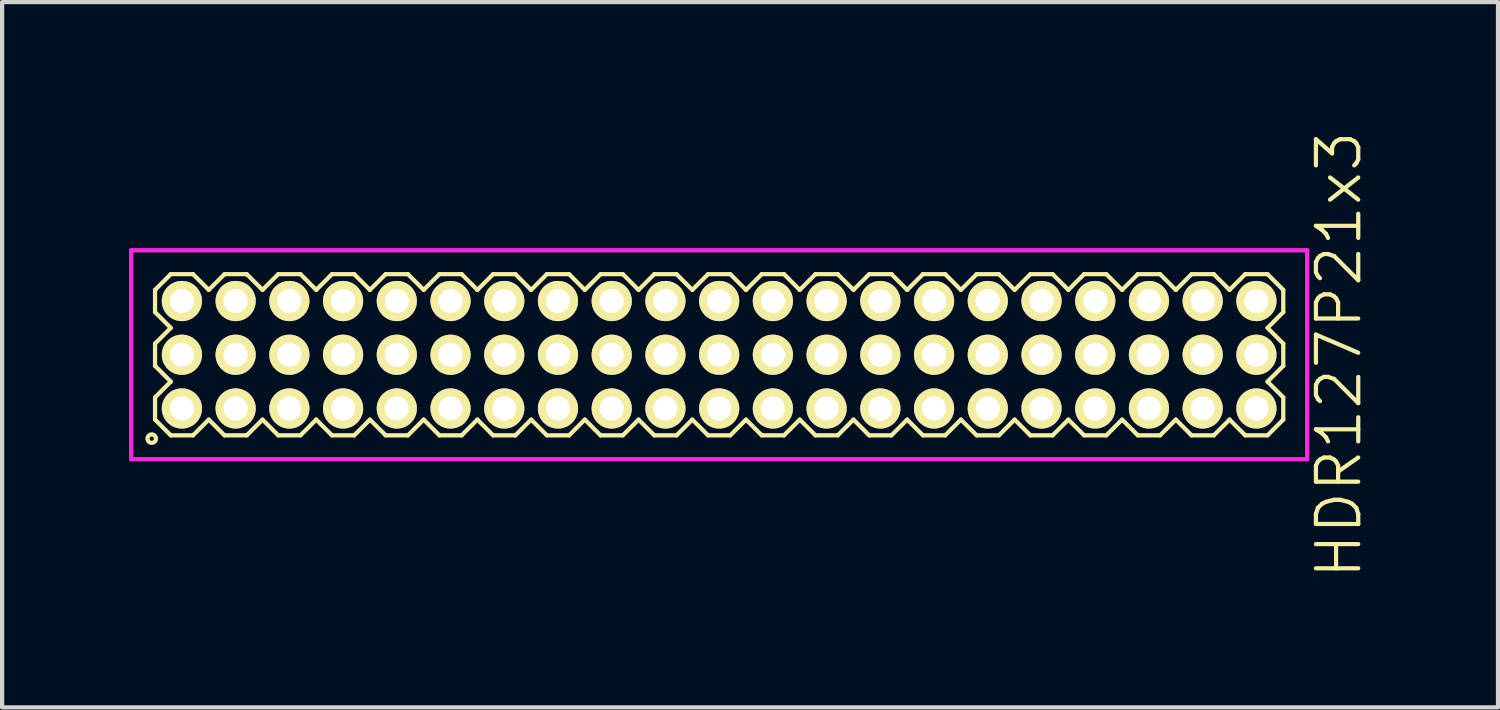
<source format=kicad_pcb>
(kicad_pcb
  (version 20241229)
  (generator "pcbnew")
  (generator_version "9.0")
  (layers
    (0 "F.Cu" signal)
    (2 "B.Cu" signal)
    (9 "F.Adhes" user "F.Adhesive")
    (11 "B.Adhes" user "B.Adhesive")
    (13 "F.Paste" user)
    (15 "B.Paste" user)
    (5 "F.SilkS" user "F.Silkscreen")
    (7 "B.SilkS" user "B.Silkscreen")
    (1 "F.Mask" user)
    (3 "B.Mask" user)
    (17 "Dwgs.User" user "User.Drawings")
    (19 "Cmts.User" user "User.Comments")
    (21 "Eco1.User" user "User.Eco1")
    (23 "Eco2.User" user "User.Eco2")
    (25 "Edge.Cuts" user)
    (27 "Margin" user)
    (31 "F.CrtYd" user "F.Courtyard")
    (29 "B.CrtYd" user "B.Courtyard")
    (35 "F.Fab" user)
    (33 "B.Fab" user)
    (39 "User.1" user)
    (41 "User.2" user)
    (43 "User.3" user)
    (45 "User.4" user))
  (footprint "HDR127P21x3"
    (layer "F.Cu")
    (at 13.95 5.336)
    (property "Reference" "HDR127P21x3" (at 14.65 0 90) (layer "F.SilkS") (effects (font (size 1 1) (thickness 0.1))))
    (attr through_hole)
    (fp_line (start -13.335 -1.533) (end -12.963 -1.905) (stroke (width 0.1) (type solid)) (layer "F.SilkS"))
    (fp_line (start -13.335 -1.007) (end -13.335 -1.533) (stroke (width 0.1) (type solid)) (layer "F.SilkS"))
    (fp_line (start -13.335 -0.263) (end -12.963 -0.635) (stroke (width 0.1) (type solid)) (layer "F.SilkS"))
    (fp_line (start -13.335 0.263) (end -13.335 -0.263) (stroke (width 0.1) (type solid)) (layer "F.SilkS"))
    (fp_line (start -13.335 1.007) (end -12.963 0.635) (stroke (width 0.1) (type solid)) (layer "F.SilkS"))
    (fp_line (start -13.335 1.533) (end -13.335 1.007) (stroke (width 0.1) (type solid)) (layer "F.SilkS"))
    (fp_line (start -12.963 -1.905) (end -12.437 -1.905) (stroke (width 0.1) (type solid)) (layer "F.SilkS"))
    (fp_line (start -12.963 -0.635) (end -13.335 -1.007) (stroke (width 0.1) (type solid)) (layer "F.SilkS"))
    (fp_line (start -12.963 0.635) (end -13.335 0.263) (stroke (width 0.1) (type solid)) (layer "F.SilkS"))
    (fp_line (start -12.963 1.905) (end -13.335 1.533) (stroke (width 0.1) (type solid)) (layer "F.SilkS"))
    (fp_line (start -12.437 -1.905) (end -12.065 -1.533) (stroke (width 0.1) (type solid)) (layer "F.SilkS"))
    (fp_line (start -12.437 1.905) (end -12.963 1.905) (stroke (width 0.1) (type solid)) (layer "F.SilkS"))
    (fp_line (start -12.065 -1.533) (end -11.693 -1.905) (stroke (width 0.1) (type solid)) (layer "F.SilkS"))
    (fp_line (start -12.065 1.533) (end -12.437 1.905) (stroke (width 0.1) (type solid)) (layer "F.SilkS"))
    (fp_line (start -11.693 -1.905) (end -11.167 -1.905) (stroke (width 0.1) (type solid)) (layer "F.SilkS"))
    (fp_line (start -11.693 1.905) (end -12.065 1.533) (stroke (width 0.1) (type solid)) (layer "F.SilkS"))
    (fp_line (start -11.167 -1.905) (end -10.795 -1.533) (stroke (width 0.1) (type solid)) (layer "F.SilkS"))
    (fp_line (start -11.167 1.905) (end -11.693 1.905) (stroke (width 0.1) (type solid)) (layer "F.SilkS"))
    (fp_line (start -10.795 -1.533) (end -10.423 -1.905) (stroke (width 0.1) (type solid)) (layer "F.SilkS"))
    (fp_line (start -10.795 1.533) (end -11.167 1.905) (stroke (width 0.1) (type solid)) (layer "F.SilkS"))
    (fp_line (start -10.423 -1.905) (end -9.897 -1.905) (stroke (width 0.1) (type solid)) (layer "F.SilkS"))
    (fp_line (start -10.423 1.905) (end -10.795 1.533) (stroke (width 0.1) (type solid)) (layer "F.SilkS"))
    (fp_line (start -9.897 -1.905) (end -9.525 -1.533) (stroke (width 0.1) (type solid)) (layer "F.SilkS"))
    (fp_line (start -9.897 1.905) (end -10.423 1.905) (stroke (width 0.1) (type solid)) (layer "F.SilkS"))
    (fp_line (start -9.525 -1.533) (end -9.153 -1.905) (stroke (width 0.1) (type solid)) (layer "F.SilkS"))
    (fp_line (start -9.525 1.533) (end -9.897 1.905) (stroke (width 0.1) (type solid)) (layer "F.SilkS"))
    (fp_line (start -9.153 -1.905) (end -8.627 -1.905) (stroke (width 0.1) (type solid)) (layer "F.SilkS"))
    (fp_line (start -9.153 1.905) (end -9.525 1.533) (stroke (width 0.1) (type solid)) (layer "F.SilkS"))
    (fp_line (start -8.627 -1.905) (end -8.255 -1.533) (stroke (width 0.1) (type solid)) (layer "F.SilkS"))
    (fp_line (start -8.627 1.905) (end -9.153 1.905) (stroke (width 0.1) (type solid)) (layer "F.SilkS"))
    (fp_line (start -8.255 -1.533) (end -7.883 -1.905) (stroke (width 0.1) (type solid)) (layer "F.SilkS"))
    (fp_line (start -8.255 1.533) (end -8.627 1.905) (stroke (width 0.1) (type solid)) (layer "F.SilkS"))
    (fp_line (start -7.883 -1.905) (end -7.357 -1.905) (stroke (width 0.1) (type solid)) (layer "F.SilkS"))
    (fp_line (start -7.883 1.905) (end -8.255 1.533) (stroke (width 0.1) (type solid)) (layer "F.SilkS"))
    (fp_line (start -7.357 -1.905) (end -6.985 -1.533) (stroke (width 0.1) (type solid)) (layer "F.SilkS"))
    (fp_line (start -7.357 1.905) (end -7.883 1.905) (stroke (width 0.1) (type solid)) (layer "F.SilkS"))
    (fp_line (start -6.985 -1.533) (end -6.613 -1.905) (stroke (width 0.1) (type solid)) (layer "F.SilkS"))
    (fp_line (start -6.985 1.533) (end -7.357 1.905) (stroke (width 0.1) (type solid)) (layer "F.SilkS"))
    (fp_line (start -6.613 -1.905) (end -6.087 -1.905) (stroke (width 0.1) (type solid)) (layer "F.SilkS"))
    (fp_line (start -6.613 1.905) (end -6.985 1.533) (stroke (width 0.1) (type solid)) (layer "F.SilkS"))
    (fp_line (start -6.087 -1.905) (end -5.715 -1.533) (stroke (width 0.1) (type solid)) (layer "F.SilkS"))
    (fp_line (start -6.087 1.905) (end -6.613 1.905) (stroke (width 0.1) (type solid)) (layer "F.SilkS"))
    (fp_line (start -5.715 -1.533) (end -5.343 -1.905) (stroke (width 0.1) (type solid)) (layer "F.SilkS"))
    (fp_line (start -5.715 1.533) (end -6.087 1.905) (stroke (width 0.1) (type solid)) (layer "F.SilkS"))
    (fp_line (start -5.343 -1.905) (end -4.817 -1.905) (stroke (width 0.1) (type solid)) (layer "F.SilkS"))
    (fp_line (start -5.343 1.905) (end -5.715 1.533) (stroke (width 0.1) (type solid)) (layer "F.SilkS"))
    (fp_line (start -4.817 -1.905) (end -4.445 -1.533) (stroke (width 0.1) (type solid)) (layer "F.SilkS"))
    (fp_line (start -4.817 1.905) (end -5.343 1.905) (stroke (width 0.1) (type solid)) (layer "F.SilkS"))
    (fp_line (start -4.445 -1.533) (end -4.073 -1.905) (stroke (width 0.1) (type solid)) (layer "F.SilkS"))
    (fp_line (start -4.445 1.533) (end -4.817 1.905) (stroke (width 0.1) (type solid)) (layer "F.SilkS"))
    (fp_line (start -4.073 -1.905) (end -3.547 -1.905) (stroke (width 0.1) (type solid)) (layer "F.SilkS"))
    (fp_line (start -4.073 1.905) (end -4.445 1.533) (stroke (width 0.1) (type solid)) (layer "F.SilkS"))
    (fp_line (start -3.547 -1.905) (end -3.175 -1.533) (stroke (width 0.1) (type solid)) (layer "F.SilkS"))
    (fp_line (start -3.547 1.905) (end -4.073 1.905) (stroke (width 0.1) (type solid)) (layer "F.SilkS"))
    (fp_line (start -3.175 -1.533) (end -2.803 -1.905) (stroke (width 0.1) (type solid)) (layer "F.SilkS"))
    (fp_line (start -3.175 1.533) (end -3.547 1.905) (stroke (width 0.1) (type solid)) (layer "F.SilkS"))
    (fp_line (start -2.803 -1.905) (end -2.277 -1.905) (stroke (width 0.1) (type solid)) (layer "F.SilkS"))
    (fp_line (start -2.803 1.905) (end -3.175 1.533) (stroke (width 0.1) (type solid)) (layer "F.SilkS"))
    (fp_line (start -2.277 -1.905) (end -1.905 -1.533) (stroke (width 0.1) (type solid)) (layer "F.SilkS"))
    (fp_line (start -2.277 1.905) (end -2.803 1.905) (stroke (width 0.1) (type solid)) (layer "F.SilkS"))
    (fp_line (start -1.905 -1.533) (end -1.533 -1.905) (stroke (width 0.1) (type solid)) (layer "F.SilkS"))
    (fp_line (start -1.905 1.533) (end -2.277 1.905) (stroke (width 0.1) (type solid)) (layer "F.SilkS"))
    (fp_line (start -1.533 -1.905) (end -1.007 -1.905) (stroke (width 0.1) (type solid)) (layer "F.SilkS"))
    (fp_line (start -1.533 1.905) (end -1.905 1.533) (stroke (width 0.1) (type solid)) (layer "F.SilkS"))
    (fp_line (start -1.007 -1.905) (end -0.635 -1.533) (stroke (width 0.1) (type solid)) (layer "F.SilkS"))
    (fp_line (start -1.007 1.905) (end -1.533 1.905) (stroke (width 0.1) (type solid)) (layer "F.SilkS"))
    (fp_line (start -0.635 -1.533) (end -0.263 -1.905) (stroke (width 0.1) (type solid)) (layer "F.SilkS"))
    (fp_line (start -0.635 1.533) (end -1.007 1.905) (stroke (width 0.1) (type solid)) (layer "F.SilkS"))
    (fp_line (start -0.263 -1.905) (end 0.263 -1.905) (stroke (width 0.1) (type solid)) (layer "F.SilkS"))
    (fp_line (start -0.263 1.905) (end -0.635 1.533) (stroke (width 0.1) (type solid)) (layer "F.SilkS"))
    (fp_line (start 0.263 -1.905) (end 0.635 -1.533) (stroke (width 0.1) (type solid)) (layer "F.SilkS"))
    (fp_line (start 0.263 1.905) (end -0.263 1.905) (stroke (width 0.1) (type solid)) (layer "F.SilkS"))
    (fp_line (start 0.635 -1.533) (end 1.007 -1.905) (stroke (width 0.1) (type solid)) (layer "F.SilkS"))
    (fp_line (start 0.635 1.533) (end 0.263 1.905) (stroke (width 0.1) (type solid)) (layer "F.SilkS"))
    (fp_line (start 1.007 -1.905) (end 1.533 -1.905) (stroke (width 0.1) (type solid)) (layer "F.SilkS"))
    (fp_line (start 1.007 1.905) (end 0.635 1.533) (stroke (width 0.1) (type solid)) (layer "F.SilkS"))
    (fp_line (start 1.533 -1.905) (end 1.905 -1.533) (stroke (width 0.1) (type solid)) (layer "F.SilkS"))
    (fp_line (start 1.533 1.905) (end 1.007 1.905) (stroke (width 0.1) (type solid)) (layer "F.SilkS"))
    (fp_line (start 1.905 -1.533) (end 2.277 -1.905) (stroke (width 0.1) (type solid)) (layer "F.SilkS"))
    (fp_line (start 1.905 1.533) (end 1.533 1.905) (stroke (width 0.1) (type solid)) (layer "F.SilkS"))
    (fp_line (start 2.277 -1.905) (end 2.803 -1.905) (stroke (width 0.1) (type solid)) (layer "F.SilkS"))
    (fp_line (start 2.277 1.905) (end 1.905 1.533) (stroke (width 0.1) (type solid)) (layer "F.SilkS"))
    (fp_line (start 2.803 -1.905) (end 3.175 -1.533) (stroke (width 0.1) (type solid)) (layer "F.SilkS"))
    (fp_line (start 2.803 1.905) (end 2.277 1.905) (stroke (width 0.1) (type solid)) (layer "F.SilkS"))
    (fp_line (start 3.175 -1.533) (end 3.547 -1.905) (stroke (width 0.1) (type solid)) (layer "F.SilkS"))
    (fp_line (start 3.175 1.533) (end 2.803 1.905) (stroke (width 0.1) (type solid)) (layer "F.SilkS"))
    (fp_line (start 3.547 -1.905) (end 4.073 -1.905) (stroke (width 0.1) (type solid)) (layer "F.SilkS"))
    (fp_line (start 3.547 1.905) (end 3.175 1.533) (stroke (width 0.1) (type solid)) (layer "F.SilkS"))
    (fp_line (start 4.073 -1.905) (end 4.445 -1.533) (stroke (width 0.1) (type solid)) (layer "F.SilkS"))
    (fp_line (start 4.073 1.905) (end 3.547 1.905) (stroke (width 0.1) (type solid)) (layer "F.SilkS"))
    (fp_line (start 4.445 -1.533) (end 4.817 -1.905) (stroke (width 0.1) (type solid)) (layer "F.SilkS"))
    (fp_line (start 4.445 1.533) (end 4.073 1.905) (stroke (width 0.1) (type solid)) (layer "F.SilkS"))
    (fp_line (start 4.817 -1.905) (end 5.343 -1.905) (stroke (width 0.1) (type solid)) (layer "F.SilkS"))
    (fp_line (start 4.817 1.905) (end 4.445 1.533) (stroke (width 0.1) (type solid)) (layer "F.SilkS"))
    (fp_line (start 5.343 -1.905) (end 5.715 -1.533) (stroke (width 0.1) (type solid)) (layer "F.SilkS"))
    (fp_line (start 5.343 1.905) (end 4.817 1.905) (stroke (width 0.1) (type solid)) (layer "F.SilkS"))
    (fp_line (start 5.715 -1.533) (end 6.087 -1.905) (stroke (width 0.1) (type solid)) (layer "F.SilkS"))
    (fp_line (start 5.715 1.533) (end 5.343 1.905) (stroke (width 0.1) (type solid)) (layer "F.SilkS"))
    (fp_line (start 6.087 -1.905) (end 6.613 -1.905) (stroke (width 0.1) (type solid)) (layer "F.SilkS"))
    (fp_line (start 6.087 1.905) (end 5.715 1.533) (stroke (width 0.1) (type solid)) (layer "F.SilkS"))
    (fp_line (start 6.613 -1.905) (end 6.985 -1.533) (stroke (width 0.1) (type solid)) (layer "F.SilkS"))
    (fp_line (start 6.613 1.905) (end 6.087 1.905) (stroke (width 0.1) (type solid)) (layer "F.SilkS"))
    (fp_line (start 6.985 -1.533) (end 7.357 -1.905) (stroke (width 0.1) (type solid)) (layer "F.SilkS"))
    (fp_line (start 6.985 1.533) (end 6.613 1.905) (stroke (width 0.1) (type solid)) (layer "F.SilkS"))
    (fp_line (start 7.357 -1.905) (end 7.883 -1.905) (stroke (width 0.1) (type solid)) (layer "F.SilkS"))
    (fp_line (start 7.357 1.905) (end 6.985 1.533) (stroke (width 0.1) (type solid)) (layer "F.SilkS"))
    (fp_line (start 7.883 -1.905) (end 8.255 -1.533) (stroke (width 0.1) (type solid)) (layer "F.SilkS"))
    (fp_line (start 7.883 1.905) (end 7.357 1.905) (stroke (width 0.1) (type solid)) (layer "F.SilkS"))
    (fp_line (start 8.255 -1.533) (end 8.627 -1.905) (stroke (width 0.1) (type solid)) (layer "F.SilkS"))
    (fp_line (start 8.255 1.533) (end 7.883 1.905) (stroke (width 0.1) (type solid)) (layer "F.SilkS"))
    (fp_line (start 8.627 -1.905) (end 9.153 -1.905) (stroke (width 0.1) (type solid)) (layer "F.SilkS"))
    (fp_line (start 8.627 1.905) (end 8.255 1.533) (stroke (width 0.1) (type solid)) (layer "F.SilkS"))
    (fp_line (start 9.153 -1.905) (end 9.525 -1.533) (stroke (width 0.1) (type solid)) (layer "F.SilkS"))
    (fp_line (start 9.153 1.905) (end 8.627 1.905) (stroke (width 0.1) (type solid)) (layer "F.SilkS"))
    (fp_line (start 9.525 -1.533) (end 9.897 -1.905) (stroke (width 0.1) (type solid)) (layer "F.SilkS"))
    (fp_line (start 9.525 1.533) (end 9.153 1.905) (stroke (width 0.1) (type solid)) (layer "F.SilkS"))
    (fp_line (start 9.897 -1.905) (end 10.423 -1.905) (stroke (width 0.1) (type solid)) (layer "F.SilkS"))
    (fp_line (start 9.897 1.905) (end 9.525 1.533) (stroke (width 0.1) (type solid)) (layer "F.SilkS"))
    (fp_line (start 10.423 -1.905) (end 10.795 -1.533) (stroke (width 0.1) (type solid)) (layer "F.SilkS"))
    (fp_line (start 10.423 1.905) (end 9.897 1.905) (stroke (width 0.1) (type solid)) (layer "F.SilkS"))
    (fp_line (start 10.795 -1.533) (end 11.167 -1.905) (stroke (width 0.1) (type solid)) (layer "F.SilkS"))
    (fp_line (start 10.795 1.533) (end 10.423 1.905) (stroke (width 0.1) (type solid)) (layer "F.SilkS"))
    (fp_line (start 11.167 -1.905) (end 11.693 -1.905) (stroke (width 0.1) (type solid)) (layer "F.SilkS"))
    (fp_line (start 11.167 1.905) (end 10.795 1.533) (stroke (width 0.1) (type solid)) (layer "F.SilkS"))
    (fp_line (start 11.693 -1.905) (end 12.065 -1.533) (stroke (width 0.1) (type solid)) (layer "F.SilkS"))
    (fp_line (start 11.693 1.905) (end 11.167 1.905) (stroke (width 0.1) (type solid)) (layer "F.SilkS"))
    (fp_line (start 12.065 -1.533) (end 12.437 -1.905) (stroke (width 0.1) (type solid)) (layer "F.SilkS"))
    (fp_line (start 12.065 1.533) (end 11.693 1.905) (stroke (width 0.1) (type solid)) (layer "F.SilkS"))
    (fp_line (start 12.437 -1.905) (end 12.963 -1.905) (stroke (width 0.1) (type solid)) (layer "F.SilkS"))
    (fp_line (start 12.437 1.905) (end 12.065 1.533) (stroke (width 0.1) (type solid)) (layer "F.SilkS"))
    (fp_line (start 12.963 -1.905) (end 13.335 -1.533) (stroke (width 0.1) (type solid)) (layer "F.SilkS"))
    (fp_line (start 12.963 -0.635) (end 13.335 -0.263) (stroke (width 0.1) (type solid)) (layer "F.SilkS"))
    (fp_line (start 12.963 0.635) (end 13.335 1.007) (stroke (width 0.1) (type solid)) (layer "F.SilkS"))
    (fp_line (start 12.963 1.905) (end 12.437 1.905) (stroke (width 0.1) (type solid)) (layer "F.SilkS"))
    (fp_line (start 13.335 -1.533) (end 13.335 -1.007) (stroke (width 0.1) (type solid)) (layer "F.SilkS"))
    (fp_line (start 13.335 -1.007) (end 12.963 -0.635) (stroke (width 0.1) (type solid)) (layer "F.SilkS"))
    (fp_line (start 13.335 -0.263) (end 13.335 0.263) (stroke (width 0.1) (type solid)) (layer "F.SilkS"))
    (fp_line (start 13.335 0.263) (end 12.963 0.635) (stroke (width 0.1) (type solid)) (layer "F.SilkS"))
    (fp_line (start 13.335 1.007) (end 13.335 1.533) (stroke (width 0.1) (type solid)) (layer "F.SilkS"))
    (fp_line (start 13.335 1.533) (end 12.963 1.905) (stroke (width 0.1) (type solid)) (layer "F.SilkS"))
    (fp_circle (center -13.413 1.983) (end -13.313 1.983) (stroke (width 0.1) (type solid)) (fill no) (layer "F.SilkS"))
    (fp_line (start -13.9 -2.47) (end -13.9 2.47) (stroke (width 0.1) (type solid)) (layer "F.CrtYd"))
    (fp_line (start -13.9 2.47) (end 13.9 2.47) (stroke (width 0.1) (type solid)) (layer "F.CrtYd"))
    (fp_line (start 13.9 -2.47) (end -13.9 -2.47) (stroke (width 0.1) (type solid)) (layer "F.CrtYd"))
    (fp_line (start 13.9 2.47) (end 13.9 -2.47) (stroke (width 0.1) (type solid)) (layer "F.CrtYd"))
    (pad "1" thru_hole oval (at -12.7 1.27) (size 0.95 0.95) (drill 0.57) (layers "*.Cu" "*.Mask" "F.SilkS"))
    (pad "2" thru_hole oval (at -12.7 0) (size 0.95 0.95) (drill 0.57) (layers "*.Cu" "*.Mask" "F.SilkS"))
    (pad "3" thru_hole oval (at -12.7 -1.27) (size 0.95 0.95) (drill 0.57) (layers "*.Cu" "*.Mask" "F.SilkS"))
    (pad "4" thru_hole oval (at -11.43 1.27) (size 0.95 0.95) (drill 0.57) (layers "*.Cu" "*.Mask" "F.SilkS"))
    (pad "5" thru_hole oval (at -11.43 0) (size 0.95 0.95) (drill 0.57) (layers "*.Cu" "*.Mask" "F.SilkS"))
    (pad "6" thru_hole oval (at -11.43 -1.27) (size 0.95 0.95) (drill 0.57) (layers "*.Cu" "*.Mask" "F.SilkS"))
    (pad "7" thru_hole oval (at -10.16 1.27) (size 0.95 0.95) (drill 0.57) (layers "*.Cu" "*.Mask" "F.SilkS"))
    (pad "8" thru_hole oval (at -10.16 0) (size 0.95 0.95) (drill 0.57) (layers "*.Cu" "*.Mask" "F.SilkS"))
    (pad "9" thru_hole oval (at -10.16 -1.27) (size 0.95 0.95) (drill 0.57) (layers "*.Cu" "*.Mask" "F.SilkS"))
    (pad "10" thru_hole oval (at -8.89 1.27) (size 0.95 0.95) (drill 0.57) (layers "*.Cu" "*.Mask" "F.SilkS"))
    (pad "11" thru_hole oval (at -8.89 0) (size 0.95 0.95) (drill 0.57) (layers "*.Cu" "*.Mask" "F.SilkS"))
    (pad "12" thru_hole oval (at -8.89 -1.27) (size 0.95 0.95) (drill 0.57) (layers "*.Cu" "*.Mask" "F.SilkS"))
    (pad "13" thru_hole oval (at -7.62 1.27) (size 0.95 0.95) (drill 0.57) (layers "*.Cu" "*.Mask" "F.SilkS"))
    (pad "14" thru_hole oval (at -7.62 0) (size 0.95 0.95) (drill 0.57) (layers "*.Cu" "*.Mask" "F.SilkS"))
    (pad "15" thru_hole oval (at -7.62 -1.27) (size 0.95 0.95) (drill 0.57) (layers "*.Cu" "*.Mask" "F.SilkS"))
    (pad "16" thru_hole oval (at -6.35 1.27) (size 0.95 0.95) (drill 0.57) (layers "*.Cu" "*.Mask" "F.SilkS"))
    (pad "17" thru_hole oval (at -6.35 0) (size 0.95 0.95) (drill 0.57) (layers "*.Cu" "*.Mask" "F.SilkS"))
    (pad "18" thru_hole oval (at -6.35 -1.27) (size 0.95 0.95) (drill 0.57) (layers "*.Cu" "*.Mask" "F.SilkS"))
    (pad "19" thru_hole oval (at -5.08 1.27) (size 0.95 0.95) (drill 0.57) (layers "*.Cu" "*.Mask" "F.SilkS"))
    (pad "20" thru_hole oval (at -5.08 0) (size 0.95 0.95) (drill 0.57) (layers "*.Cu" "*.Mask" "F.SilkS"))
    (pad "21" thru_hole oval (at -5.08 -1.27) (size 0.95 0.95) (drill 0.57) (layers "*.Cu" "*.Mask" "F.SilkS"))
    (pad "22" thru_hole oval (at -3.81 1.27) (size 0.95 0.95) (drill 0.57) (layers "*.Cu" "*.Mask" "F.SilkS"))
    (pad "23" thru_hole oval (at -3.81 0) (size 0.95 0.95) (drill 0.57) (layers "*.Cu" "*.Mask" "F.SilkS"))
    (pad "24" thru_hole oval (at -3.81 -1.27) (size 0.95 0.95) (drill 0.57) (layers "*.Cu" "*.Mask" "F.SilkS"))
    (pad "25" thru_hole oval (at -2.54 1.27) (size 0.95 0.95) (drill 0.57) (layers "*.Cu" "*.Mask" "F.SilkS"))
    (pad "26" thru_hole oval (at -2.54 0) (size 0.95 0.95) (drill 0.57) (layers "*.Cu" "*.Mask" "F.SilkS"))
    (pad "27" thru_hole oval (at -2.54 -1.27) (size 0.95 0.95) (drill 0.57) (layers "*.Cu" "*.Mask" "F.SilkS"))
    (pad "28" thru_hole oval (at -1.27 1.27) (size 0.95 0.95) (drill 0.57) (layers "*.Cu" "*.Mask" "F.SilkS"))
    (pad "29" thru_hole oval (at -1.27 0) (size 0.95 0.95) (drill 0.57) (layers "*.Cu" "*.Mask" "F.SilkS"))
    (pad "30" thru_hole oval (at -1.27 -1.27) (size 0.95 0.95) (drill 0.57) (layers "*.Cu" "*.Mask" "F.SilkS"))
    (pad "31" thru_hole oval (at 0 1.27) (size 0.95 0.95) (drill 0.57) (layers "*.Cu" "*.Mask" "F.SilkS"))
    (pad "32" thru_hole oval (at 0 0) (size 0.95 0.95) (drill 0.57) (layers "*.Cu" "*.Mask" "F.SilkS"))
    (pad "33" thru_hole oval (at 0 -1.27) (size 0.95 0.95) (drill 0.57) (layers "*.Cu" "*.Mask" "F.SilkS"))
    (pad "34" thru_hole oval (at 1.27 1.27) (size 0.95 0.95) (drill 0.57) (layers "*.Cu" "*.Mask" "F.SilkS"))
    (pad "35" thru_hole oval (at 1.27 0) (size 0.95 0.95) (drill 0.57) (layers "*.Cu" "*.Mask" "F.SilkS"))
    (pad "36" thru_hole oval (at 1.27 -1.27) (size 0.95 0.95) (drill 0.57) (layers "*.Cu" "*.Mask" "F.SilkS"))
    (pad "37" thru_hole oval (at 2.54 1.27) (size 0.95 0.95) (drill 0.57) (layers "*.Cu" "*.Mask" "F.SilkS"))
    (pad "38" thru_hole oval (at 2.54 0) (size 0.95 0.95) (drill 0.57) (layers "*.Cu" "*.Mask" "F.SilkS"))
    (pad "39" thru_hole oval (at 2.54 -1.27) (size 0.95 0.95) (drill 0.57) (layers "*.Cu" "*.Mask" "F.SilkS"))
    (pad "40" thru_hole oval (at 3.81 1.27) (size 0.95 0.95) (drill 0.57) (layers "*.Cu" "*.Mask" "F.SilkS"))
    (pad "41" thru_hole oval (at 3.81 0) (size 0.95 0.95) (drill 0.57) (layers "*.Cu" "*.Mask" "F.SilkS"))
    (pad "42" thru_hole oval (at 3.81 -1.27) (size 0.95 0.95) (drill 0.57) (layers "*.Cu" "*.Mask" "F.SilkS"))
    (pad "43" thru_hole oval (at 5.08 1.27) (size 0.95 0.95) (drill 0.57) (layers "*.Cu" "*.Mask" "F.SilkS"))
    (pad "44" thru_hole oval (at 5.08 0) (size 0.95 0.95) (drill 0.57) (layers "*.Cu" "*.Mask" "F.SilkS"))
    (pad "45" thru_hole oval (at 5.08 -1.27) (size 0.95 0.95) (drill 0.57) (layers "*.Cu" "*.Mask" "F.SilkS"))
    (pad "46" thru_hole oval (at 6.35 1.27) (size 0.95 0.95) (drill 0.57) (layers "*.Cu" "*.Mask" "F.SilkS"))
    (pad "47" thru_hole oval (at 6.35 0) (size 0.95 0.95) (drill 0.57) (layers "*.Cu" "*.Mask" "F.SilkS"))
    (pad "48" thru_hole oval (at 6.35 -1.27) (size 0.95 0.95) (drill 0.57) (layers "*.Cu" "*.Mask" "F.SilkS"))
    (pad "49" thru_hole oval (at 7.62 1.27) (size 0.95 0.95) (drill 0.57) (layers "*.Cu" "*.Mask" "F.SilkS"))
    (pad "50" thru_hole oval (at 7.62 0) (size 0.95 0.95) (drill 0.57) (layers "*.Cu" "*.Mask" "F.SilkS"))
    (pad "51" thru_hole oval (at 7.62 -1.27) (size 0.95 0.95) (drill 0.57) (layers "*.Cu" "*.Mask" "F.SilkS"))
    (pad "52" thru_hole oval (at 8.89 1.27) (size 0.95 0.95) (drill 0.57) (layers "*.Cu" "*.Mask" "F.SilkS"))
    (pad "53" thru_hole oval (at 8.89 0) (size 0.95 0.95) (drill 0.57) (layers "*.Cu" "*.Mask" "F.SilkS"))
    (pad "54" thru_hole oval (at 8.89 -1.27) (size 0.95 0.95) (drill 0.57) (layers "*.Cu" "*.Mask" "F.SilkS"))
    (pad "55" thru_hole oval (at 10.16 1.27) (size 0.95 0.95) (drill 0.57) (layers "*.Cu" "*.Mask" "F.SilkS"))
    (pad "56" thru_hole oval (at 10.16 0) (size 0.95 0.95) (drill 0.57) (layers "*.Cu" "*.Mask" "F.SilkS"))
    (pad "57" thru_hole oval (at 10.16 -1.27) (size 0.95 0.95) (drill 0.57) (layers "*.Cu" "*.Mask" "F.SilkS"))
    (pad "58" thru_hole oval (at 11.43 1.27) (size 0.95 0.95) (drill 0.57) (layers "*.Cu" "*.Mask" "F.SilkS"))
    (pad "59" thru_hole oval (at 11.43 0) (size 0.95 0.95) (drill 0.57) (layers "*.Cu" "*.Mask" "F.SilkS"))
    (pad "60" thru_hole oval (at 11.43 -1.27) (size 0.95 0.95) (drill 0.57) (layers "*.Cu" "*.Mask" "F.SilkS"))
    (pad "61" thru_hole oval (at 12.7 1.27) (size 0.95 0.95) (drill 0.57) (layers "*.Cu" "*.Mask" "F.SilkS"))
    (pad "62" thru_hole oval (at 12.7 0) (size 0.95 0.95) (drill 0.57) (layers "*.Cu" "*.Mask" "F.SilkS"))
    (pad "63" thru_hole oval (at 12.7 -1.27) (size 0.95 0.95) (drill 0.57) (layers "*.Cu" "*.Mask" "F.SilkS")))
  (gr_rect
    (start -3 -3)
    (end 32.361 13.671)
    (stroke (width 0.1) (type default))
    (fill no)
    (layer "Edge.Cuts")))
</source>
